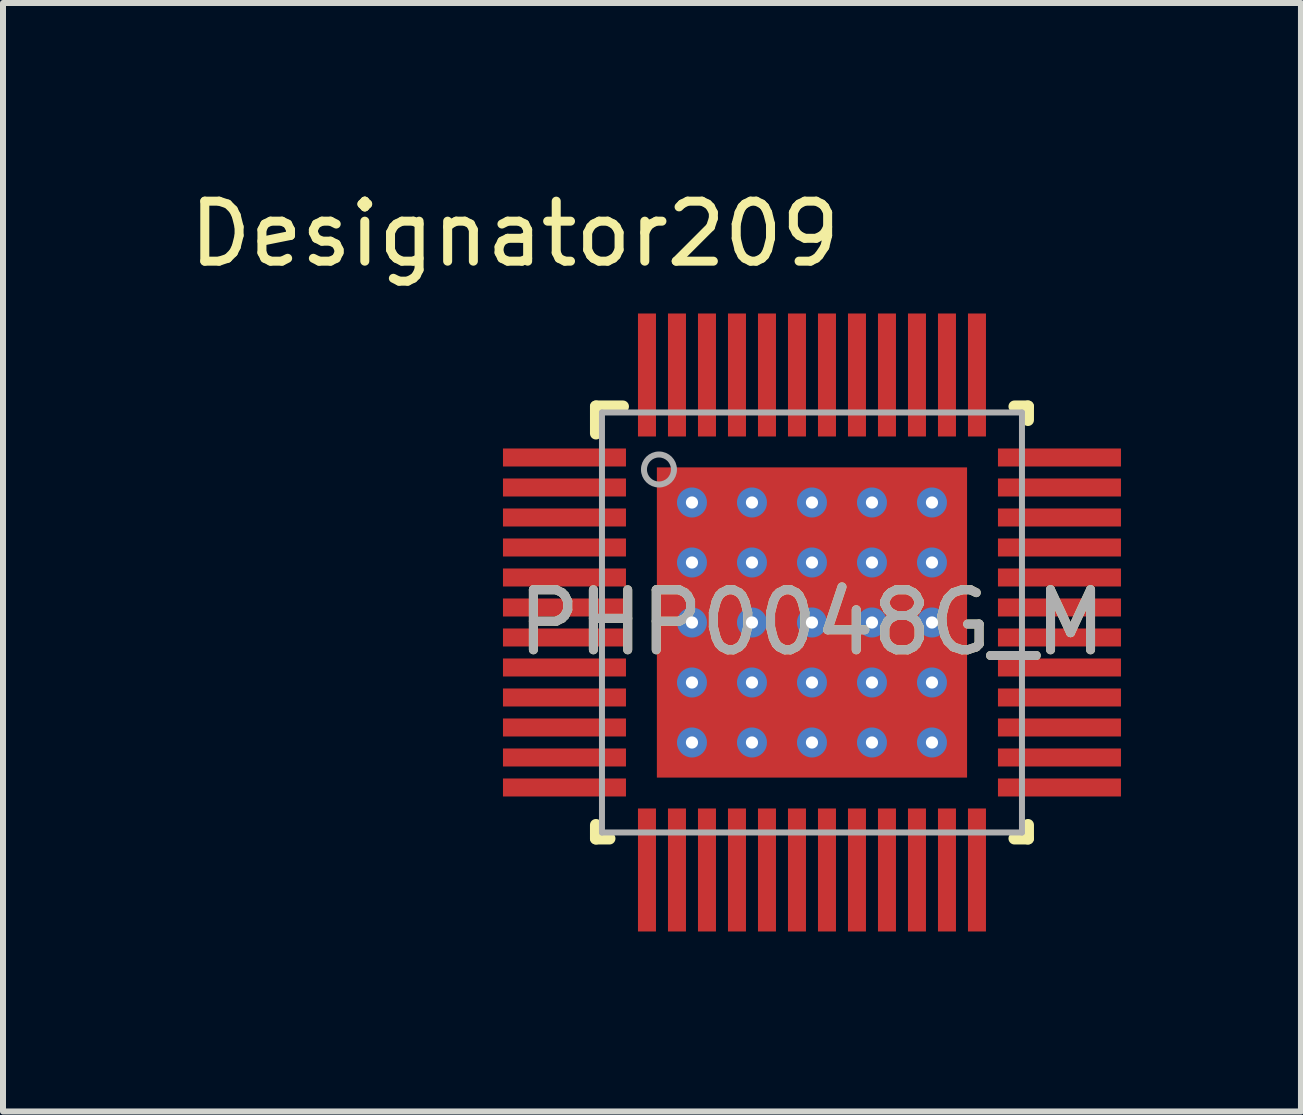
<source format=kicad_pcb>
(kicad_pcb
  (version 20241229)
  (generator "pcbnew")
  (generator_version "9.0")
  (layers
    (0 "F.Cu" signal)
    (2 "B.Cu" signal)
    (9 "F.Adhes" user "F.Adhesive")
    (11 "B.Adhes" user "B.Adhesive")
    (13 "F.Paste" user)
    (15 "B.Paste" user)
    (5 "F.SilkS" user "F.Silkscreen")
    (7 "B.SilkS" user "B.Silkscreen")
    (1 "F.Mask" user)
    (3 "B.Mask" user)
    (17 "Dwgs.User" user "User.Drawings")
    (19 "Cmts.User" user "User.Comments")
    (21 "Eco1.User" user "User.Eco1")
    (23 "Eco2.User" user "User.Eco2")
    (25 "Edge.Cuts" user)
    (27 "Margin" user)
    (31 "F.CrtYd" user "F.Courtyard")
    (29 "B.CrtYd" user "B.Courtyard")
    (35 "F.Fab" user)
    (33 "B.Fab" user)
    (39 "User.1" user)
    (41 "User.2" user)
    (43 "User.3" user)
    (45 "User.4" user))
  (footprint "PHP0048G_M"
    (layer "F.Cu")
    (at 10.483 7.325)
    (property "Reference" "PHP0048G_M" (at 0 0 0) (unlocked yes) (layer "F.SilkS") (effects (font (size 1 1) (thickness 0.15))))
    (attr smd)
    (fp_line (start -3.6 -3.6) (end -3.15 -3.6) (stroke (width 0.2) (type solid)) (layer "F.SilkS"))
    (fp_line (start -3.6 -3.15) (end -3.6 -3.6) (stroke (width 0.2) (type solid)) (layer "F.SilkS"))
    (fp_line (start -3.6 3.6) (end -3.6 3.375) (stroke (width 0.2) (type solid)) (layer "F.SilkS"))
    (fp_line (start -3.6 3.6) (end -3.375 3.6) (stroke (width 0.2) (type solid)) (layer "F.SilkS"))
    (fp_line (start 3.375 -3.6) (end 3.6 -3.6) (stroke (width 0.2) (type solid)) (layer "F.SilkS"))
    (fp_line (start 3.375 3.6) (end 3.6 3.6) (stroke (width 0.2) (type solid)) (layer "F.SilkS"))
    (fp_line (start 3.6 -3.375) (end 3.6 -3.6) (stroke (width 0.2) (type solid)) (layer "F.SilkS"))
    (fp_line (start 3.6 3.6) (end 3.6 3.375) (stroke (width 0.2) (type solid)) (layer "F.SilkS"))
    (fp_line (start -3.5 -3.5) (end 3.5 -3.5) (stroke (width 0.1) (type solid)) (layer "F.Fab"))
    (fp_line (start -3.5 3.5) (end -3.5 -3.5) (stroke (width 0.1) (type solid)) (layer "F.Fab"))
    (fp_line (start -3.5 3.5) (end 3.5 3.5) (stroke (width 0.1) (type solid)) (layer "F.Fab"))
    (fp_line (start 3.5 3.5) (end 3.5 -3.5) (stroke (width 0.1) (type solid)) (layer "F.Fab"))
    (fp_circle (center -2.55 -2.55) (end -2.3 -2.55) (stroke (width 0.1) (type solid)) (fill no) (layer "F.Fab"))
    (fp_text user "Designator209" (at -4.953 -6.477 0) (unlocked yes) (layer "F.SilkS") (effects (font (size 1 1) (thickness 0.15))))
    (fp_text user "${REFERENCE}" (at 0 0 0) (unlocked yes) (layer "F.Fab") (effects (font (size 1 1) (thickness 0.15))))
    (pad "1" smd rect (at -4.125 -2.75 90) (size 0.3 2.05) (layers "F.Cu" "F.Mask" "F.Paste"))
    (pad "2" smd rect (at -4.125 -2.25 90) (size 0.3 2.05) (layers "F.Cu" "F.Mask" "F.Paste"))
    (pad "3" smd rect (at -4.125 -1.75 90) (size 0.3 2.05) (layers "F.Cu" "F.Mask" "F.Paste"))
    (pad "4" smd rect (at -4.125 -1.25 90) (size 0.3 2.05) (layers "F.Cu" "F.Mask" "F.Paste"))
    (pad "5" smd rect (at -4.125 -0.75 90) (size 0.3 2.05) (layers "F.Cu" "F.Mask" "F.Paste"))
    (pad "6" smd rect (at -4.125 -0.25 90) (size 0.3 2.05) (layers "F.Cu" "F.Mask" "F.Paste"))
    (pad "7" smd rect (at -4.125 0.25 90) (size 0.3 2.05) (layers "F.Cu" "F.Mask" "F.Paste"))
    (pad "8" smd rect (at -4.125 0.75 90) (size 0.3 2.05) (layers "F.Cu" "F.Mask" "F.Paste"))
    (pad "9" smd rect (at -4.125 1.25 90) (size 0.3 2.05) (layers "F.Cu" "F.Mask" "F.Paste"))
    (pad "10" smd rect (at -4.125 1.75 90) (size 0.3 2.05) (layers "F.Cu" "F.Mask" "F.Paste"))
    (pad "11" smd rect (at -4.125 2.25 90) (size 0.3 2.05) (layers "F.Cu" "F.Mask" "F.Paste"))
    (pad "12" smd rect (at -4.125 2.75 90) (size 0.3 2.05) (layers "F.Cu" "F.Mask" "F.Paste"))
    (pad "13" smd rect (at -2.75 4.125) (size 0.3 2.05) (layers "F.Cu" "F.Mask" "F.Paste"))
    (pad "14" smd rect (at -2.25 4.125) (size 0.3 2.05) (layers "F.Cu" "F.Mask" "F.Paste"))
    (pad "15" smd rect (at -1.75 4.125) (size 0.3 2.05) (layers "F.Cu" "F.Mask" "F.Paste"))
    (pad "16" smd rect (at -1.25 4.125) (size 0.3 2.05) (layers "F.Cu" "F.Mask" "F.Paste"))
    (pad "17" smd rect (at -0.75 4.125) (size 0.3 2.05) (layers "F.Cu" "F.Mask" "F.Paste"))
    (pad "18" smd rect (at -0.25 4.125) (size 0.3 2.05) (layers "F.Cu" "F.Mask" "F.Paste"))
    (pad "19" smd rect (at 0.25 4.125) (size 0.3 2.05) (layers "F.Cu" "F.Mask" "F.Paste"))
    (pad "20" smd rect (at 0.75 4.125) (size 0.3 2.05) (layers "F.Cu" "F.Mask" "F.Paste"))
    (pad "21" smd rect (at 1.25 4.125) (size 0.3 2.05) (layers "F.Cu" "F.Mask" "F.Paste"))
    (pad "22" smd rect (at 1.75 4.125) (size 0.3 2.05) (layers "F.Cu" "F.Mask" "F.Paste"))
    (pad "23" smd rect (at 2.25 4.125) (size 0.3 2.05) (layers "F.Cu" "F.Mask" "F.Paste"))
    (pad "24" smd rect (at 2.75 4.125) (size 0.3 2.05) (layers "F.Cu" "F.Mask" "F.Paste"))
    (pad "25" smd rect (at 4.125 2.75 90) (size 0.3 2.05) (layers "F.Cu" "F.Mask" "F.Paste"))
    (pad "26" smd rect (at 4.125 2.25 90) (size 0.3 2.05) (layers "F.Cu" "F.Mask" "F.Paste"))
    (pad "27" smd rect (at 4.125 1.75 90) (size 0.3 2.05) (layers "F.Cu" "F.Mask" "F.Paste"))
    (pad "28" smd rect (at 4.125 1.25 90) (size 0.3 2.05) (layers "F.Cu" "F.Mask" "F.Paste"))
    (pad "29" smd rect (at 4.125 0.75 90) (size 0.3 2.05) (layers "F.Cu" "F.Mask" "F.Paste"))
    (pad "30" smd rect (at 4.125 0.25 90) (size 0.3 2.05) (layers "F.Cu" "F.Mask" "F.Paste"))
    (pad "31" smd rect (at 4.125 -0.25 90) (size 0.3 2.05) (layers "F.Cu" "F.Mask" "F.Paste"))
    (pad "32" smd rect (at 4.125 -0.75 90) (size 0.3 2.05) (layers "F.Cu" "F.Mask" "F.Paste"))
    (pad "33" smd rect (at 4.125 -1.25 90) (size 0.3 2.05) (layers "F.Cu" "F.Mask" "F.Paste"))
    (pad "34" smd rect (at 4.125 -1.75 90) (size 0.3 2.05) (layers "F.Cu" "F.Mask" "F.Paste"))
    (pad "35" smd rect (at 4.125 -2.25 90) (size 0.3 2.05) (layers "F.Cu" "F.Mask" "F.Paste"))
    (pad "36" smd rect (at 4.125 -2.75 90) (size 0.3 2.05) (layers "F.Cu" "F.Mask" "F.Paste"))
    (pad "37" smd rect (at 2.75 -4.125) (size 0.3 2.05) (layers "F.Cu" "F.Mask" "F.Paste"))
    (pad "38" smd rect (at 2.25 -4.125) (size 0.3 2.05) (layers "F.Cu" "F.Mask" "F.Paste"))
    (pad "39" smd rect (at 1.75 -4.125) (size 0.3 2.05) (layers "F.Cu" "F.Mask" "F.Paste"))
    (pad "40" smd rect (at 1.25 -4.125) (size 0.3 2.05) (layers "F.Cu" "F.Mask" "F.Paste"))
    (pad "41" smd rect (at 0.75 -4.125) (size 0.3 2.05) (layers "F.Cu" "F.Mask" "F.Paste"))
    (pad "42" smd rect (at 0.25 -4.125) (size 0.3 2.05) (layers "F.Cu" "F.Mask" "F.Paste"))
    (pad "43" smd rect (at -0.25 -4.125) (size 0.3 2.05) (layers "F.Cu" "F.Mask" "F.Paste"))
    (pad "44" smd rect (at -0.75 -4.125) (size 0.3 2.05) (layers "F.Cu" "F.Mask" "F.Paste"))
    (pad "45" smd rect (at -1.25 -4.125) (size 0.3 2.05) (layers "F.Cu" "F.Mask" "F.Paste"))
    (pad "46" smd rect (at -1.75 -4.125) (size 0.3 2.05) (layers "F.Cu" "F.Mask" "F.Paste"))
    (pad "47" smd rect (at -2.25 -4.125) (size 0.3 2.05) (layers "F.Cu" "F.Mask" "F.Paste"))
    (pad "48" smd rect (at -2.75 -4.125) (size 0.3 2.05) (layers "F.Cu" "F.Mask" "F.Paste"))
    (pad "49" smd rect (at 0 -0.000003) (size 5.17 5.17) (layers "F.Cu" "F.Mask" "F.Paste"))
    (pad "V" thru_hole circle (at -2 -2) (size 0.5 0.5) (drill 0.203) (layers "*.Cu" "*.Mask"))
    (pad "V" thru_hole circle (at -2 -1) (size 0.5 0.5) (drill 0.203) (layers "*.Cu" "*.Mask"))
    (pad "V" thru_hole circle (at -2 0) (size 0.5 0.5) (drill 0.203) (layers "*.Cu" "*.Mask"))
    (pad "V" thru_hole circle (at -2 1) (size 0.5 0.5) (drill 0.203) (layers "*.Cu" "*.Mask"))
    (pad "V" thru_hole circle (at -2 2) (size 0.5 0.5) (drill 0.203) (layers "*.Cu" "*.Mask"))
    (pad "V" thru_hole circle (at -1 -2) (size 0.5 0.5) (drill 0.203) (layers "*.Cu" "*.Mask"))
    (pad "V" thru_hole circle (at -1 -1) (size 0.5 0.5) (drill 0.203) (layers "*.Cu" "*.Mask"))
    (pad "V" thru_hole circle (at -1 0) (size 0.5 0.5) (drill 0.203) (layers "*.Cu" "*.Mask"))
    (pad "V" thru_hole circle (at -1 1) (size 0.5 0.5) (drill 0.203) (layers "*.Cu" "*.Mask"))
    (pad "V" thru_hole circle (at -1 2) (size 0.5 0.5) (drill 0.203) (layers "*.Cu" "*.Mask"))
    (pad "V" thru_hole circle (at 0 -2) (size 0.5 0.5) (drill 0.203) (layers "*.Cu" "*.Mask"))
    (pad "V" thru_hole circle (at 0 -1) (size 0.5 0.5) (drill 0.203) (layers "*.Cu" "*.Mask"))
    (pad "V" thru_hole circle (at 0 0) (size 0.5 0.5) (drill 0.203) (layers "*.Cu" "*.Mask"))
    (pad "V" thru_hole circle (at 0 1) (size 0.5 0.5) (drill 0.203) (layers "*.Cu" "*.Mask"))
    (pad "V" thru_hole circle (at 0 2) (size 0.5 0.5) (drill 0.203) (layers "*.Cu" "*.Mask"))
    (pad "V" thru_hole circle (at 1 -2) (size 0.5 0.5) (drill 0.203) (layers "*.Cu" "*.Mask"))
    (pad "V" thru_hole circle (at 1 -1) (size 0.5 0.5) (drill 0.203) (layers "*.Cu" "*.Mask"))
    (pad "V" thru_hole circle (at 1 0) (size 0.5 0.5) (drill 0.203) (layers "*.Cu" "*.Mask"))
    (pad "V" thru_hole circle (at 1 1) (size 0.5 0.5) (drill 0.203) (layers "*.Cu" "*.Mask"))
    (pad "V" thru_hole circle (at 1 2) (size 0.5 0.5) (drill 0.203) (layers "*.Cu" "*.Mask"))
    (pad "V" thru_hole circle (at 2 -2) (size 0.5 0.5) (drill 0.203) (layers "*.Cu" "*.Mask"))
    (pad "V" thru_hole circle (at 2 -1) (size 0.5 0.5) (drill 0.203) (layers "*.Cu" "*.Mask"))
    (pad "V" thru_hole circle (at 2 0) (size 0.5 0.5) (drill 0.203) (layers "*.Cu" "*.Mask"))
    (pad "V" thru_hole circle (at 2 1) (size 0.5 0.5) (drill 0.203) (layers "*.Cu" "*.Mask"))
    (pad "V" thru_hole circle (at 2 2) (size 0.5 0.5) (drill 0.203) (layers "*.Cu" "*.Mask")))
  (gr_rect
    (start -3 -3)
    (end 18.633 15.475)
    (stroke (width 0.1) (type default))
    (fill no)
    (layer "Edge.Cuts")))
</source>
